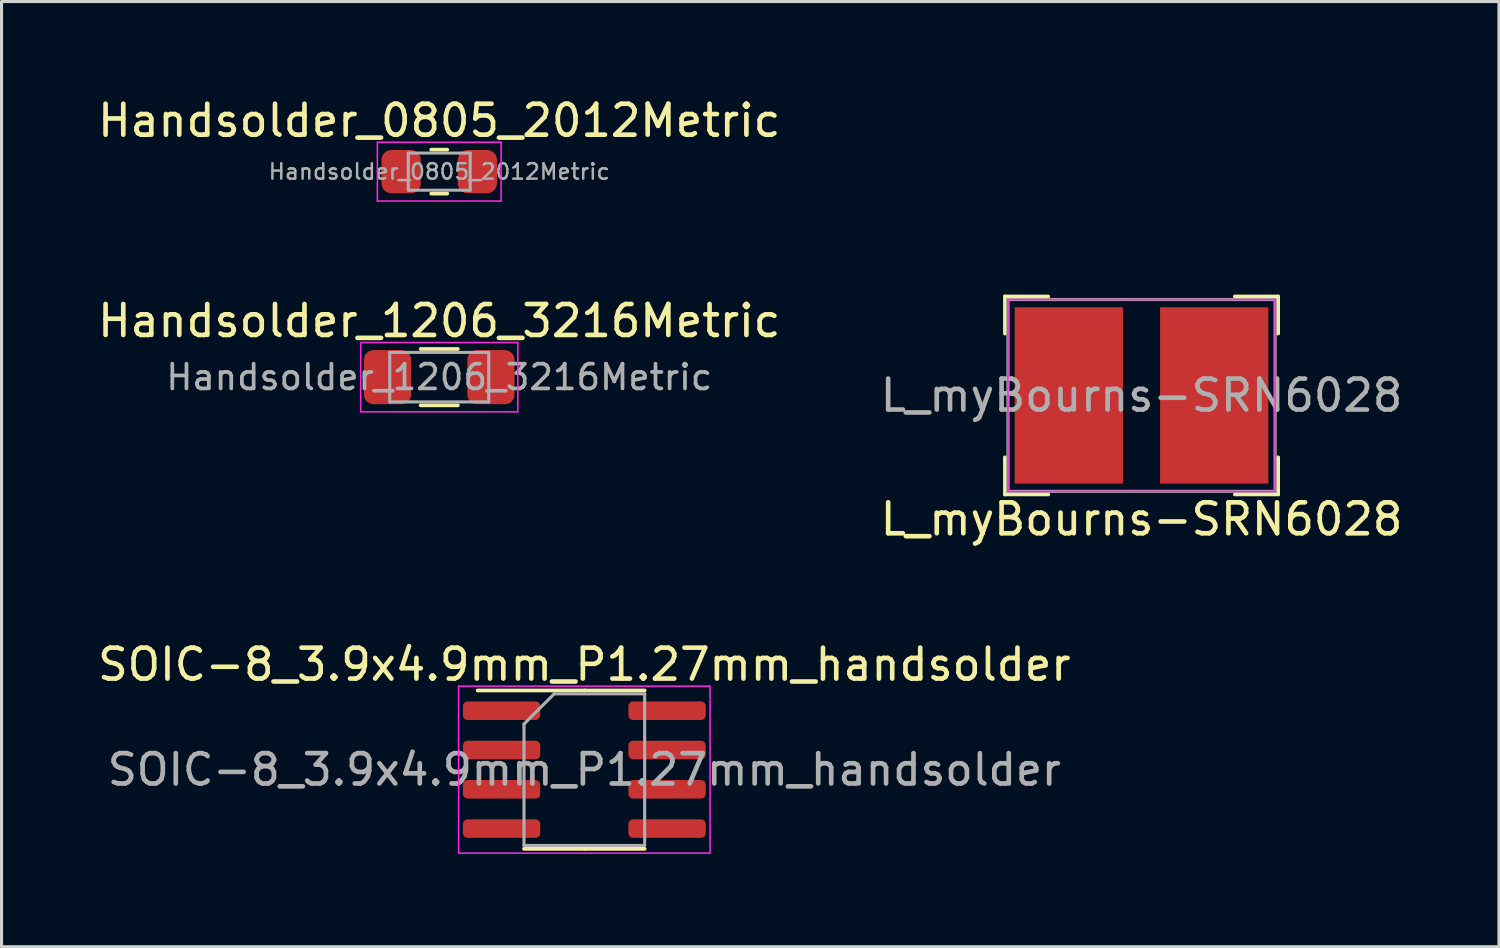
<source format=kicad_pcb>
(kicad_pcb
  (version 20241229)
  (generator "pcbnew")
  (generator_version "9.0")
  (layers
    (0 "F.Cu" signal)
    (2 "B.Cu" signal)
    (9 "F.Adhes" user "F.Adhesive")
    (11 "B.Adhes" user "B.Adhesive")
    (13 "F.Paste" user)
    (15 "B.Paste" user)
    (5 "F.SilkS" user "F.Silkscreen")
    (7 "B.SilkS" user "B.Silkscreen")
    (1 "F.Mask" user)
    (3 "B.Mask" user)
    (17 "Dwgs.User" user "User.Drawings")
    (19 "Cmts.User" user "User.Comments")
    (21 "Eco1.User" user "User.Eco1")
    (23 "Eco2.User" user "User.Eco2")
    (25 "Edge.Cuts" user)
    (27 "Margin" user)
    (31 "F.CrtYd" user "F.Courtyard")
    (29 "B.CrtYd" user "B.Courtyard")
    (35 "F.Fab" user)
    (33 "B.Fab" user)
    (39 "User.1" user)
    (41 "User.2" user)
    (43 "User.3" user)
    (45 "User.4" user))
  (footprint "L_myBourns-SRN6028"
    (layer "F.Cu")
    (at 33.851 9.733)
    (property "Reference" "L_myBourns-SRN6028" (at 0 4 0) (layer "F.SilkS") (effects (font (size 1 1) (thickness 0.15))))
    (attr smd)
    (fp_line (start -4.416 -3.2) (end -4.416 -2) (stroke (width 0.12) (type solid)) (layer "F.SilkS"))
    (fp_line (start -4.416 -3.2) (end -3.016 -3.2) (stroke (width 0.12) (type solid)) (layer "F.SilkS"))
    (fp_line (start -4.416 3.2) (end -4.416 2) (stroke (width 0.12) (type solid)) (layer "F.SilkS"))
    (fp_line (start -4.416 3.2) (end -3.016 3.2) (stroke (width 0.12) (type solid)) (layer "F.SilkS"))
    (fp_line (start 4.416 -3.2) (end 3.016 -3.2) (stroke (width 0.12) (type solid)) (layer "F.SilkS"))
    (fp_line (start 4.416 -3.2) (end 4.416 -2) (stroke (width 0.12) (type solid)) (layer "F.SilkS"))
    (fp_line (start 4.416 3.2) (end 3.016 3.2) (stroke (width 0.12) (type solid)) (layer "F.SilkS"))
    (fp_line (start 4.416 3.2) (end 4.416 2) (stroke (width 0.12) (type solid)) (layer "F.SilkS"))
    (fp_line (start -4.318 -3.1) (end -4.318 3.1) (stroke (width 0.05) (type solid)) (layer "F.CrtYd"))
    (fp_line (start -4.318 -3.1) (end 4.318 -3.1) (stroke (width 0.05) (type solid)) (layer "F.CrtYd"))
    (fp_line (start 4.318 -3.1) (end 4.318 3.1) (stroke (width 0.05) (type solid)) (layer "F.CrtYd"))
    (fp_line (start 4.318 3.1) (end -4.318 3.1) (stroke (width 0.05) (type solid)) (layer "F.CrtYd"))
    (fp_line (start -4.318 -3.1) (end -4.318 3.1) (stroke (width 0.1) (type solid)) (layer "F.Fab"))
    (fp_line (start -4.318 -3.1) (end 4.318 -3.1) (stroke (width 0.1) (type solid)) (layer "F.Fab"))
    (fp_line (start 4.318 -3.1) (end 4.318 3.1) (stroke (width 0.1) (type solid)) (layer "F.Fab"))
    (fp_line (start 4.318 3.1) (end -4.318 3.1) (stroke (width 0.1) (type solid)) (layer "F.Fab"))
    (fp_text user "${REFERENCE}" (at 0 0 0) (layer "F.Fab") (effects (font (size 1 1) (thickness 0.15))))
    (pad "1" smd rect (at -2.35 0) (size 3.5 5.7) (layers "F.Cu" "F.Mask" "F.Paste"))
    (pad "2" smd rect (at 2.35 0) (size 3.5 5.7) (layers "F.Cu" "F.Mask" "F.Paste")))
  (footprint "Handsolder_1206_3216Metric"
    (layer "F.Cu")
    (at 11.149 9.142)
    (property "Reference" "Handsolder_1206_3216Metric" (at 0 -1.82 0) (layer "F.SilkS") (effects (font (size 1 1) (thickness 0.15))))
    (attr smd)
    (fp_line (start -0.602 -0.91) (end 0.602 -0.91) (stroke (width 0.12) (type solid)) (layer "F.SilkS"))
    (fp_line (start -0.602 0.91) (end 0.602 0.91) (stroke (width 0.12) (type solid)) (layer "F.SilkS"))
    (fp_line (start -2.54 -1.12) (end 2.54 -1.12) (stroke (width 0.05) (type solid)) (layer "F.CrtYd"))
    (fp_line (start -2.54 1.12) (end -2.54 -1.12) (stroke (width 0.05) (type solid)) (layer "F.CrtYd"))
    (fp_line (start 2.54 -1.12) (end 2.54 1.12) (stroke (width 0.05) (type solid)) (layer "F.CrtYd"))
    (fp_line (start 2.54 1.12) (end -2.54 1.12) (stroke (width 0.05) (type solid)) (layer "F.CrtYd"))
    (fp_line (start -1.6 -0.8) (end 1.6 -0.8) (stroke (width 0.1) (type solid)) (layer "F.Fab"))
    (fp_line (start -1.6 0.8) (end -1.6 -0.8) (stroke (width 0.1) (type solid)) (layer "F.Fab"))
    (fp_line (start 1.6 -0.8) (end 1.6 0.8) (stroke (width 0.1) (type solid)) (layer "F.Fab"))
    (fp_line (start 1.6 0.8) (end -1.6 0.8) (stroke (width 0.1) (type solid)) (layer "F.Fab"))
    (fp_text user "${REFERENCE}" (at 0 0 0) (layer "F.Fab") (effects (font (size 0.8 0.8) (thickness 0.12))))
    (pad "1" smd roundrect (at -1.671 0) (size 1.524 1.75) (layers "F.Cu" "F.Mask" "F.Paste") (roundrect_rratio 0.2))
    (pad "2" smd roundrect (at 1.671 0) (size 1.524 1.75) (layers "F.Cu" "F.Mask" "F.Paste") (roundrect_rratio 0.2)))
  (footprint "Handsolder_0805_2012Metric"
    (layer "F.Cu")
    (at 11.149 2.498)
    (property "Reference" "Handsolder_0805_2012Metric" (at 0 -1.65 0) (layer "F.SilkS") (effects (font (size 1 1) (thickness 0.15))))
    (attr smd)
    (fp_line (start -0.259 -0.71) (end 0.259 -0.71) (stroke (width 0.12) (type solid)) (layer "F.SilkS"))
    (fp_line (start -0.259 0.71) (end 0.259 0.71) (stroke (width 0.12) (type solid)) (layer "F.SilkS"))
    (fp_line (start -2 -0.95) (end 2 -0.95) (stroke (width 0.05) (type solid)) (layer "F.CrtYd"))
    (fp_line (start -2 0.95) (end -2 -0.95) (stroke (width 0.05) (type solid)) (layer "F.CrtYd"))
    (fp_line (start 2 -0.95) (end 2 0.95) (stroke (width 0.05) (type solid)) (layer "F.CrtYd"))
    (fp_line (start 2 0.95) (end -2 0.95) (stroke (width 0.05) (type solid)) (layer "F.CrtYd"))
    (fp_line (start -1 -0.6) (end 1 -0.6) (stroke (width 0.1) (type solid)) (layer "F.Fab"))
    (fp_line (start -1 0.6) (end -1 -0.6) (stroke (width 0.1) (type solid)) (layer "F.Fab"))
    (fp_line (start 1 -0.6) (end 1 0.6) (stroke (width 0.1) (type solid)) (layer "F.Fab"))
    (fp_line (start 1 0.6) (end -1 0.6) (stroke (width 0.1) (type solid)) (layer "F.Fab"))
    (fp_text user "${REFERENCE}" (at 0 0 0) (layer "F.Fab") (effects (font (size 0.5 0.5) (thickness 0.08))))
    (pad "1" smd roundrect (at -1.232 0 180) (size 1.27 1.4) (layers "F.Cu" "F.Mask" "F.Paste") (roundrect_rratio 0.25))
    (pad "2" smd roundrect (at 1.232 0) (size 1.27 1.4) (layers "F.Cu" "F.Mask" "F.Paste") (roundrect_rratio 0.25)))
  (footprint "SOIC-8_3.9x4.9mm_P1.27mm_handsolder"
    (layer "F.Cu")
    (at 15.839 21.83)
    (property "Reference" "SOIC-8_3.9x4.9mm_P1.27mm_handsolder" (at 0 -3.4 0) (layer "F.SilkS") (effects (font (size 1 1) (thickness 0.15))))
    (attr smd)
    (fp_line (start 0 -2.56) (end -3.45 -2.56) (stroke (width 0.12) (type solid)) (layer "F.SilkS"))
    (fp_line (start 0 -2.56) (end 1.95 -2.56) (stroke (width 0.12) (type solid)) (layer "F.SilkS"))
    (fp_line (start 0 2.56) (end -1.95 2.56) (stroke (width 0.12) (type solid)) (layer "F.SilkS"))
    (fp_line (start 0 2.56) (end 1.95 2.56) (stroke (width 0.12) (type solid)) (layer "F.SilkS"))
    (fp_line (start -4.064 -2.7) (end -4.064 2.7) (stroke (width 0.05) (type solid)) (layer "F.CrtYd"))
    (fp_line (start -4.064 2.7) (end 4.064 2.7) (stroke (width 0.05) (type solid)) (layer "F.CrtYd"))
    (fp_line (start 4.064 -2.7) (end -4.064 -2.7) (stroke (width 0.05) (type solid)) (layer "F.CrtYd"))
    (fp_line (start 4.064 2.7) (end 4.064 -2.7) (stroke (width 0.05) (type solid)) (layer "F.CrtYd"))
    (fp_line (start -1.95 -1.475) (end -0.975 -2.45) (stroke (width 0.1) (type solid)) (layer "F.Fab"))
    (fp_line (start -1.95 2.45) (end -1.95 -1.475) (stroke (width 0.1) (type solid)) (layer "F.Fab"))
    (fp_line (start -0.975 -2.45) (end 1.95 -2.45) (stroke (width 0.1) (type solid)) (layer "F.Fab"))
    (fp_line (start 1.95 -2.45) (end 1.95 2.45) (stroke (width 0.1) (type solid)) (layer "F.Fab"))
    (fp_line (start 1.95 2.45) (end -1.95 2.45) (stroke (width 0.1) (type solid)) (layer "F.Fab"))
    (fp_text user "${REFERENCE}" (at 0 0 0) (layer "F.Fab") (effects (font (size 0.98 0.98) (thickness 0.15))))
    (pad "1" smd roundrect (at -2.675 -1.905) (size 2.5 0.6) (layers "F.Cu" "F.Mask" "F.Paste") (roundrect_rratio 0.25))
    (pad "2" smd roundrect (at -2.675 -0.635) (size 2.5 0.6) (layers "F.Cu" "F.Mask" "F.Paste") (roundrect_rratio 0.25))
    (pad "3" smd roundrect (at -2.675 0.635) (size 2.5 0.6) (layers "F.Cu" "F.Mask" "F.Paste") (roundrect_rratio 0.25))
    (pad "4" smd roundrect (at -2.675 1.905) (size 2.5 0.6) (layers "F.Cu" "F.Mask" "F.Paste") (roundrect_rratio 0.25))
    (pad "5" smd roundrect (at 2.675 1.905) (size 2.5 0.6) (layers "F.Cu" "F.Mask" "F.Paste") (roundrect_rratio 0.25))
    (pad "6" smd roundrect (at 2.675 0.635) (size 2.5 0.6) (layers "F.Cu" "F.Mask" "F.Paste") (roundrect_rratio 0.25))
    (pad "7" smd roundrect (at 2.675 -0.635) (size 2.5 0.6) (layers "F.Cu" "F.Mask" "F.Paste") (roundrect_rratio 0.25))
    (pad "8" smd roundrect (at 2.675 -1.905) (size 2.5 0.6) (layers "F.Cu" "F.Mask" "F.Paste") (roundrect_rratio 0.25)))
  (gr_rect
    (start -3 -3)
    (end 45.405 27.555)
    (stroke (width 0.1) (type default))
    (fill no)
    (layer "Edge.Cuts")))
</source>
